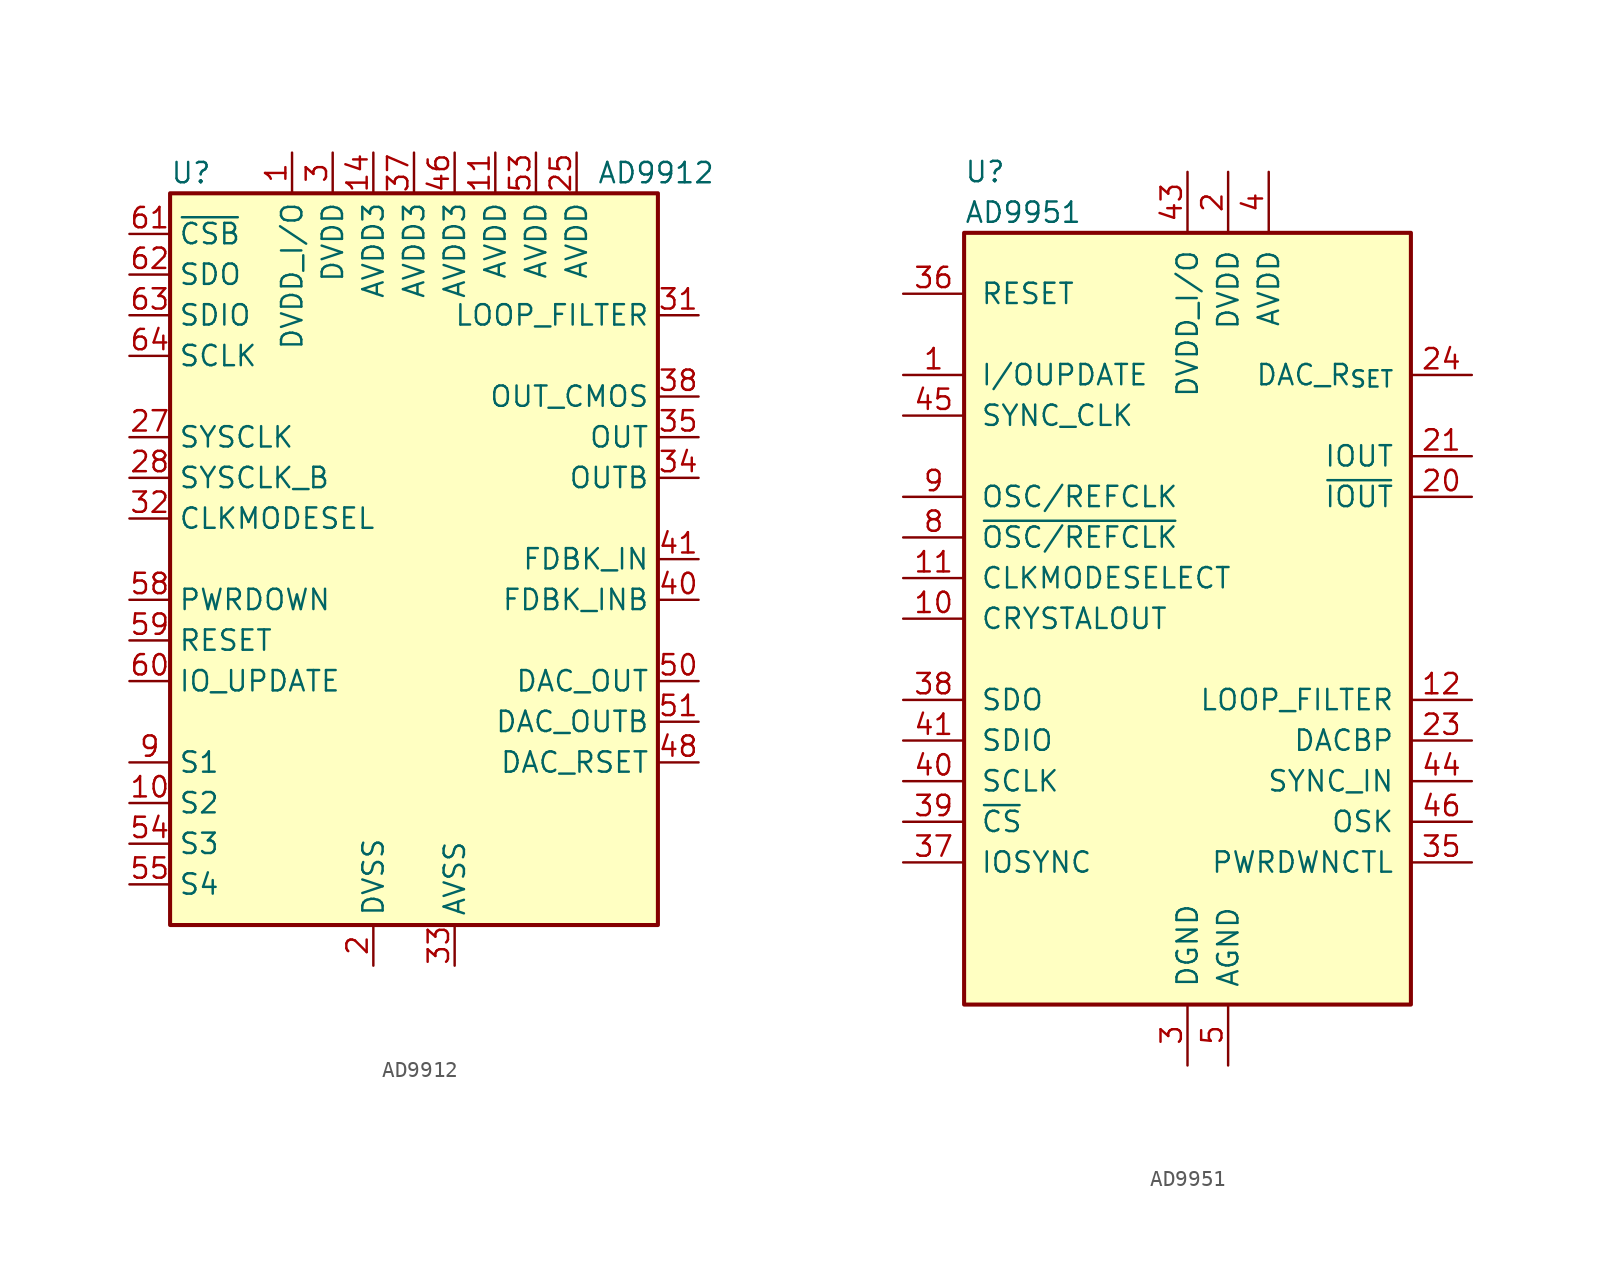
<source format=kicad_sym>
(kicad_symbol_lib
  (version 20241209)
  (generator "kicad_symbol_editor")
  (generator_version "9.0")
  (symbol "AD9912"
    (property "Reference" "U"
      (at -15.24 24.13 0)
      (effects (font (size 1.27 1.27)) (justify left)))
    (property "Value" "AD9912"
      (at 11.43 24.13 0)
      (effects (font (size 1.27 1.27)) (justify left)))
    (symbol "AD9912_0_1"
      (rectangle (start -15.24 22.86) (end 15.24 -22.86) (stroke (width 0.254) (type default)) (fill (type background))))
    (symbol "AD9912_1_1"
      (pin input line (at -17.78 20.32 0) (length 2.54) (name "~{CSB}" (effects (font (size 1.27 1.27)))) (number "61" (effects (font (size 1.27 1.27)))))
      (pin output line (at -17.78 17.78 0) (length 2.54) (name "SDO" (effects (font (size 1.27 1.27)))) (number "62" (effects (font (size 1.27 1.27)))))
      (pin bidirectional line (at -17.78 15.24 0) (length 2.54) (name "SDIO" (effects (font (size 1.27 1.27)))) (number "63" (effects (font (size 1.27 1.27)))))
      (pin input line (at -17.78 12.7 0) (length 2.54) (name "SCLK" (effects (font (size 1.27 1.27)))) (number "64" (effects (font (size 1.27 1.27)))))
      (pin input line (at -17.78 7.62 0) (length 2.54) (name "SYSCLK" (effects (font (size 1.27 1.27)))) (number "27" (effects (font (size 1.27 1.27)))))
      (pin input line (at -17.78 5.08 0) (length 2.54) (name "SYSCLK_B" (effects (font (size 1.27 1.27)))) (number "28" (effects (font (size 1.27 1.27)))))
      (pin input line (at -17.78 2.54 0) (length 2.54) (name "CLKMODESEL" (effects (font (size 1.27 1.27)))) (number "32" (effects (font (size 1.27 1.27)))))
      (pin input line (at -17.78 -2.54 0) (length 2.54) (name "PWRDOWN" (effects (font (size 1.27 1.27)))) (number "58" (effects (font (size 1.27 1.27)))))
      (pin input line (at -17.78 -5.08 0) (length 2.54) (name "RESET" (effects (font (size 1.27 1.27)))) (number "59" (effects (font (size 1.27 1.27)))))
      (pin input line (at -17.78 -7.62 0) (length 2.54) (name "IO_UPDATE" (effects (font (size 1.27 1.27)))) (number "60" (effects (font (size 1.27 1.27)))))
      (pin tri_state line (at -17.78 -12.7 0) (length 2.54) (name "S1" (effects (font (size 1.27 1.27)))) (number "9" (effects (font (size 1.27 1.27)))))
      (pin tri_state line (at -17.78 -15.24 0) (length 2.54) (name "S2" (effects (font (size 1.27 1.27)))) (number "10" (effects (font (size 1.27 1.27)))))
      (pin tri_state line (at -17.78 -17.78 0) (length 2.54) (name "S3" (effects (font (size 1.27 1.27)))) (number "54" (effects (font (size 1.27 1.27)))))
      (pin tri_state line (at -17.78 -20.32 0) (length 2.54) (name "S4" (effects (font (size 1.27 1.27)))) (number "55" (effects (font (size 1.27 1.27)))))
      (pin no_connect line (at -12.7 -22.86 90) (length 2.54) (hide yes) (name "NC" (effects (font (size 1.27 1.27)))) (number "18" (effects (font (size 1.27 1.27)))))
      (pin no_connect line (at -10.16 -22.86 90) (length 2.54) (hide yes) (name "NC" (effects (font (size 1.27 1.27)))) (number "22" (effects (font (size 1.27 1.27)))))
      (pin power_in line (at -7.62 25.4 270) (length 2.54) (name "DVDD_I/O" (effects (font (size 1.27 1.27)))) (number "1" (effects (font (size 1.27 1.27)))))
      (pin no_connect line (at -7.62 -22.86 90) (length 2.54) (hide yes) (name "NC" (effects (font (size 1.27 1.27)))) (number "21" (effects (font (size 1.27 1.27)))))
      (pin power_in line (at -5.08 25.4 270) (length 2.54) (name "DVDD" (effects (font (size 1.27 1.27)))) (number "3" (effects (font (size 1.27 1.27)))))
      (pin passive line (at -5.08 25.4 270) (length 2.54) (hide yes) (name "DVDD" (effects (font (size 1.27 1.27)))) (number "5" (effects (font (size 1.27 1.27)))))
      (pin passive line (at -5.08 25.4 270) (length 2.54) (hide yes) (name "DVDD" (effects (font (size 1.27 1.27)))) (number "7" (effects (font (size 1.27 1.27)))))
      (pin no_connect line (at -5.08 -22.86 90) (length 2.54) (hide yes) (name "NC" (effects (font (size 1.27 1.27)))) (number "20" (effects (font (size 1.27 1.27)))))
      (pin power_in line (at -2.54 25.4 270) (length 2.54) (name "AVDD3" (effects (font (size 1.27 1.27)))) (number "14" (effects (font (size 1.27 1.27)))))
      (pin power_in line (at -2.54 -25.4 90) (length 2.54) (name "DVSS" (effects (font (size 1.27 1.27)))) (number "2" (effects (font (size 1.27 1.27)))))
      (pin passive line (at -2.54 -25.4 90) (length 2.54) (hide yes) (name "DVSS" (effects (font (size 1.27 1.27)))) (number "4" (effects (font (size 1.27 1.27)))))
      (pin passive line (at -2.54 -25.4 90) (length 2.54) (hide yes) (name "DVSS" (effects (font (size 1.27 1.27)))) (number "56" (effects (font (size 1.27 1.27)))))
      (pin passive line (at -2.54 -25.4 90) (length 2.54) (hide yes) (name "DVSS" (effects (font (size 1.27 1.27)))) (number "57" (effects (font (size 1.27 1.27)))))
      (pin passive line (at -2.54 -25.4 90) (length 2.54) (hide yes) (name "DVSS" (effects (font (size 1.27 1.27)))) (number "6" (effects (font (size 1.27 1.27)))))
      (pin passive line (at -2.54 -25.4 90) (length 2.54) (hide yes) (name "DVSS" (effects (font (size 1.27 1.27)))) (number "8" (effects (font (size 1.27 1.27)))))
      (pin power_in line (at 0 25.4 270) (length 2.54) (name "AVDD3" (effects (font (size 1.27 1.27)))) (number "37" (effects (font (size 1.27 1.27)))))
      (pin no_connect line (at 0 -22.86 90) (length 2.54) (hide yes) (name "NC" (effects (font (size 1.27 1.27)))) (number "17" (effects (font (size 1.27 1.27)))))
      (pin power_in line (at 2.54 25.4 270) (length 2.54) (name "AVDD3" (effects (font (size 1.27 1.27)))) (number "46" (effects (font (size 1.27 1.27)))))
      (pin passive line (at 2.54 25.4 270) (length 2.54) (hide yes) (name "AVDD3" (effects (font (size 1.27 1.27)))) (number "47" (effects (font (size 1.27 1.27)))))
      (pin passive line (at 2.54 25.4 270) (length 2.54) (hide yes) (name "AVDD3" (effects (font (size 1.27 1.27)))) (number "49" (effects (font (size 1.27 1.27)))))
      (pin power_in line (at 2.54 -25.4 90) (length 2.54) (name "AVSS" (effects (font (size 1.27 1.27)))) (number "33" (effects (font (size 1.27 1.27)))))
      (pin passive line (at 2.54 -25.4 90) (length 2.54) (hide yes) (name "AVSS" (effects (font (size 1.27 1.27)))) (number "39" (effects (font (size 1.27 1.27)))))
      (pin passive line (at 2.54 -25.4 90) (length 2.54) (hide yes) (name "AVSS" (effects (font (size 1.27 1.27)))) (number "43" (effects (font (size 1.27 1.27)))))
      (pin passive line (at 2.54 -25.4 90) (length 2.54) (hide yes) (name "AVSS" (effects (font (size 1.27 1.27)))) (number "52" (effects (font (size 1.27 1.27)))))
      (pin passive line (at 2.54 -25.4 90) (length 2.54) (hide yes) (name "AVSS" (effects (font (size 1.27 1.27)))) (number "65" (effects (font (size 1.27 1.27)))))
      (pin power_in line (at 5.08 25.4 270) (length 2.54) (name "AVDD" (effects (font (size 1.27 1.27)))) (number "11" (effects (font (size 1.27 1.27)))))
      (pin passive line (at 5.08 25.4 270) (length 2.54) (hide yes) (name "AVDD" (effects (font (size 1.27 1.27)))) (number "19" (effects (font (size 1.27 1.27)))))
      (pin passive line (at 5.08 25.4 270) (length 2.54) (hide yes) (name "AVDD" (effects (font (size 1.27 1.27)))) (number "23" (effects (font (size 1.27 1.27)))))
      (pin passive line (at 5.08 25.4 270) (length 2.54) (hide yes) (name "AVDD" (effects (font (size 1.27 1.27)))) (number "24" (effects (font (size 1.27 1.27)))))
      (pin passive line (at 5.08 25.4 270) (length 2.54) (hide yes) (name "AVDD" (effects (font (size 1.27 1.27)))) (number "36" (effects (font (size 1.27 1.27)))))
      (pin passive line (at 5.08 25.4 270) (length 2.54) (hide yes) (name "AVDD" (effects (font (size 1.27 1.27)))) (number "42" (effects (font (size 1.27 1.27)))))
      (pin passive line (at 5.08 25.4 270) (length 2.54) (hide yes) (name "AVDD" (effects (font (size 1.27 1.27)))) (number "44" (effects (font (size 1.27 1.27)))))
      (pin passive line (at 5.08 25.4 270) (length 2.54) (hide yes) (name "AVDD" (effects (font (size 1.27 1.27)))) (number "45" (effects (font (size 1.27 1.27)))))
      (pin no_connect line (at 5.08 -22.86 90) (length 2.54) (hide yes) (name "NC" (effects (font (size 1.27 1.27)))) (number "16" (effects (font (size 1.27 1.27)))))
      (pin power_in line (at 7.62 25.4 270) (length 2.54) (name "AVDD" (effects (font (size 1.27 1.27)))) (number "53" (effects (font (size 1.27 1.27)))))
      (pin no_connect line (at 7.62 -22.86 90) (length 2.54) (hide yes) (name "NC" (effects (font (size 1.27 1.27)))) (number "12" (effects (font (size 1.27 1.27)))))
      (pin power_in line (at 10.16 25.4 270) (length 2.54) (name "AVDD" (effects (font (size 1.27 1.27)))) (number "25" (effects (font (size 1.27 1.27)))))
      (pin passive line (at 10.16 25.4 270) (length 2.54) (hide yes) (name "AVDD" (effects (font (size 1.27 1.27)))) (number "26" (effects (font (size 1.27 1.27)))))
      (pin passive line (at 10.16 25.4 270) (length 2.54) (hide yes) (name "AVDD" (effects (font (size 1.27 1.27)))) (number "29" (effects (font (size 1.27 1.27)))))
      (pin passive line (at 10.16 25.4 270) (length 2.54) (hide yes) (name "AVDD" (effects (font (size 1.27 1.27)))) (number "30" (effects (font (size 1.27 1.27)))))
      (pin no_connect line (at 10.16 -22.86 90) (length 2.54) (hide yes) (name "NC" (effects (font (size 1.27 1.27)))) (number "13" (effects (font (size 1.27 1.27)))))
      (pin no_connect line (at 12.7 -22.86 90) (length 2.54) (hide yes) (name "NC" (effects (font (size 1.27 1.27)))) (number "15" (effects (font (size 1.27 1.27)))))
      (pin passive line (at 17.78 15.24 180) (length 2.54) (name "LOOP_FILTER" (effects (font (size 1.27 1.27)))) (number "31" (effects (font (size 1.27 1.27)))))
      (pin output line (at 17.78 10.16 180) (length 2.54) (name "OUT_CMOS" (effects (font (size 1.27 1.27)))) (number "38" (effects (font (size 1.27 1.27)))))
      (pin output line (at 17.78 7.62 180) (length 2.54) (name "OUT" (effects (font (size 1.27 1.27)))) (number "35" (effects (font (size 1.27 1.27)))))
      (pin output line (at 17.78 5.08 180) (length 2.54) (name "OUTB" (effects (font (size 1.27 1.27)))) (number "34" (effects (font (size 1.27 1.27)))))
      (pin input line (at 17.78 0 180) (length 2.54) (name "FDBK_IN" (effects (font (size 1.27 1.27)))) (number "41" (effects (font (size 1.27 1.27)))))
      (pin input line (at 17.78 -2.54 180) (length 2.54) (name "FDBK_INB" (effects (font (size 1.27 1.27)))) (number "40" (effects (font (size 1.27 1.27)))))
      (pin output line (at 17.78 -7.62 180) (length 2.54) (name "DAC_OUT" (effects (font (size 1.27 1.27)))) (number "50" (effects (font (size 1.27 1.27)))))
      (pin output line (at 17.78 -10.16 180) (length 2.54) (name "DAC_OUTB" (effects (font (size 1.27 1.27)))) (number "51" (effects (font (size 1.27 1.27)))))
      (pin passive line (at 17.78 -12.7 180) (length 2.54) (name "DAC_RSET" (effects (font (size 1.27 1.27)))) (number "48" (effects (font (size 1.27 1.27)))))))
  (symbol "AD9951"
    (pin_names
      (offset 1.016))
    (property "Reference" "U"
      (at -13.97 27.94 0)
      (effects (font (size 1.27 1.27)) (justify left)))
    (property "Value" "AD9951"
      (at -13.97 25.4 0)
      (effects (font (size 1.27 1.27)) (justify left)))
    (symbol "AD9951_0_1"
      (rectangle (start -13.97 24.13) (end 13.97 -24.13) (stroke (width 0.254) (type default)) (fill (type background))))
    (symbol "AD9951_1_1"
      (pin input line (at -17.78 20.32 0) (length 3.81) (name "RESET" (effects (font (size 1.27 1.27)))) (number "36" (effects (font (size 1.27 1.27)))))
      (pin bidirectional line (at -17.78 15.24 0) (length 3.81) (name "I/OUPDATE" (effects (font (size 1.27 1.27)))) (number "1" (effects (font (size 1.27 1.27)))))
      (pin output line (at -17.78 12.7 0) (length 3.81) (name "SYNC_CLK" (effects (font (size 1.27 1.27)))) (number "45" (effects (font (size 1.27 1.27)))))
      (pin input line (at -17.78 7.62 0) (length 3.81) (name "OSC/REFCLK" (effects (font (size 1.27 1.27)))) (number "9" (effects (font (size 1.27 1.27)))))
      (pin input line (at -17.78 5.08 0) (length 3.81) (name "~{OSC/REFCLK}" (effects (font (size 1.27 1.27)))) (number "8" (effects (font (size 1.27 1.27)))))
      (pin input line (at -17.78 2.54 0) (length 3.81) (name "CLKMODESELECT" (effects (font (size 1.27 1.27)))) (number "11" (effects (font (size 1.27 1.27)))))
      (pin output line (at -17.78 0 0) (length 3.81) (name "CRYSTALOUT" (effects (font (size 1.27 1.27)))) (number "10" (effects (font (size 1.27 1.27)))))
      (pin output line (at -17.78 -5.08 0) (length 3.81) (name "SDO" (effects (font (size 1.27 1.27)))) (number "38" (effects (font (size 1.27 1.27)))))
      (pin bidirectional line (at -17.78 -7.62 0) (length 3.81) (name "SDIO" (effects (font (size 1.27 1.27)))) (number "41" (effects (font (size 1.27 1.27)))))
      (pin input line (at -17.78 -10.16 0) (length 3.81) (name "SCLK" (effects (font (size 1.27 1.27)))) (number "40" (effects (font (size 1.27 1.27)))))
      (pin input line (at -17.78 -12.7 0) (length 3.81) (name "~{CS}" (effects (font (size 1.27 1.27)))) (number "39" (effects (font (size 1.27 1.27)))))
      (pin output line (at -17.78 -15.24 0) (length 3.81) (name "IOSYNC" (effects (font (size 1.27 1.27)))) (number "37" (effects (font (size 1.27 1.27)))))
      (pin power_in line (at 0 27.94 270) (length 3.81) (name "DVDD_I/O" (effects (font (size 1.27 1.27)))) (number "43" (effects (font (size 1.27 1.27)))))
      (pin power_in line (at 0 -27.94 90) (length 3.81) (name "DGND" (effects (font (size 1.27 1.27)))) (number "3" (effects (font (size 1.27 1.27)))))
      (pin passive line (at 0 -27.94 90) (length 3.81) (hide yes) (name "DGND" (effects (font (size 1.27 1.27)))) (number "33" (effects (font (size 1.27 1.27)))))
      (pin passive line (at 0 -27.94 90) (length 3.81) (hide yes) (name "DGND" (effects (font (size 1.27 1.27)))) (number "42" (effects (font (size 1.27 1.27)))))
      (pin passive line (at 0 -27.94 90) (length 3.81) (hide yes) (name "DGND" (effects (font (size 1.27 1.27)))) (number "47" (effects (font (size 1.27 1.27)))))
      (pin passive line (at 0 -27.94 90) (length 3.81) (hide yes) (name "DGND" (effects (font (size 1.27 1.27)))) (number "48" (effects (font (size 1.27 1.27)))))
      (pin power_in line (at 2.54 27.94 270) (length 3.81) (name "DVDD" (effects (font (size 1.27 1.27)))) (number "2" (effects (font (size 1.27 1.27)))))
      (pin passive line (at 2.54 27.94 270) (length 3.81) (hide yes) (name "DVDD" (effects (font (size 1.27 1.27)))) (number "34" (effects (font (size 1.27 1.27)))))
      (pin passive line (at 2.54 -27.94 90) (length 3.81) (hide yes) (name "AGND" (effects (font (size 1.27 1.27)))) (number "14" (effects (font (size 1.27 1.27)))))
      (pin passive line (at 2.54 -27.94 90) (length 3.81) (hide yes) (name "AGND" (effects (font (size 1.27 1.27)))) (number "15" (effects (font (size 1.27 1.27)))))
      (pin passive line (at 2.54 -27.94 90) (length 3.81) (hide yes) (name "AGND" (effects (font (size 1.27 1.27)))) (number "17" (effects (font (size 1.27 1.27)))))
      (pin passive line (at 2.54 -27.94 90) (length 3.81) (hide yes) (name "AGND" (effects (font (size 1.27 1.27)))) (number "22" (effects (font (size 1.27 1.27)))))
      (pin passive line (at 2.54 -27.94 90) (length 3.81) (hide yes) (name "AGND" (effects (font (size 1.27 1.27)))) (number "26" (effects (font (size 1.27 1.27)))))
      (pin passive line (at 2.54 -27.94 90) (length 3.81) (hide yes) (name "AGND" (effects (font (size 1.27 1.27)))) (number "28" (effects (font (size 1.27 1.27)))))
      (pin passive line (at 2.54 -27.94 90) (length 3.81) (hide yes) (name "AGND" (effects (font (size 1.27 1.27)))) (number "30" (effects (font (size 1.27 1.27)))))
      (pin passive line (at 2.54 -27.94 90) (length 3.81) (hide yes) (name "AGND" (effects (font (size 1.27 1.27)))) (number "31" (effects (font (size 1.27 1.27)))))
      (pin passive line (at 2.54 -27.94 90) (length 3.81) (hide yes) (name "AGND" (effects (font (size 1.27 1.27)))) (number "32" (effects (font (size 1.27 1.27)))))
      (pin passive line (at 2.54 -27.94 90) (length 3.81) (hide yes) (name "AGND" (effects (font (size 1.27 1.27)))) (number "49" (effects (font (size 1.27 1.27)))))
      (pin power_in line (at 2.54 -27.94 90) (length 3.81) (name "AGND" (effects (font (size 1.27 1.27)))) (number "5" (effects (font (size 1.27 1.27)))))
      (pin passive line (at 2.54 -27.94 90) (length 3.81) (hide yes) (name "AGND" (effects (font (size 1.27 1.27)))) (number "7" (effects (font (size 1.27 1.27)))))
      (pin passive line (at 5.08 27.94 270) (length 3.81) (hide yes) (name "AVDD" (effects (font (size 1.27 1.27)))) (number "13" (effects (font (size 1.27 1.27)))))
      (pin passive line (at 5.08 27.94 270) (length 3.81) (hide yes) (name "AVDD" (effects (font (size 1.27 1.27)))) (number "16" (effects (font (size 1.27 1.27)))))
      (pin passive line (at 5.08 27.94 270) (length 3.81) (hide yes) (name "AVDD" (effects (font (size 1.27 1.27)))) (number "18" (effects (font (size 1.27 1.27)))))
      (pin passive line (at 5.08 27.94 270) (length 3.81) (hide yes) (name "AVDD" (effects (font (size 1.27 1.27)))) (number "19" (effects (font (size 1.27 1.27)))))
      (pin passive line (at 5.08 27.94 270) (length 3.81) (hide yes) (name "AVDD" (effects (font (size 1.27 1.27)))) (number "25" (effects (font (size 1.27 1.27)))))
      (pin passive line (at 5.08 27.94 270) (length 3.81) (hide yes) (name "AVDD" (effects (font (size 1.27 1.27)))) (number "27" (effects (font (size 1.27 1.27)))))
      (pin passive line (at 5.08 27.94 270) (length 3.81) (hide yes) (name "AVDD" (effects (font (size 1.27 1.27)))) (number "29" (effects (font (size 1.27 1.27)))))
      (pin power_in line (at 5.08 27.94 270) (length 3.81) (name "AVDD" (effects (font (size 1.27 1.27)))) (number "4" (effects (font (size 1.27 1.27)))))
      (pin passive line (at 5.08 27.94 270) (length 3.81) (hide yes) (name "AVDD" (effects (font (size 1.27 1.27)))) (number "6" (effects (font (size 1.27 1.27)))))
      (pin input line (at 17.78 15.24 180) (length 3.81) (name "DAC_R_{SET}" (effects (font (size 1.27 1.27)))) (number "24" (effects (font (size 1.27 1.27)))))
      (pin output line (at 17.78 10.16 180) (length 3.81) (name "IOUT" (effects (font (size 1.27 1.27)))) (number "21" (effects (font (size 1.27 1.27)))))
      (pin output line (at 17.78 7.62 180) (length 3.81) (name "~{IOUT}" (effects (font (size 1.27 1.27)))) (number "20" (effects (font (size 1.27 1.27)))))
      (pin input line (at 17.78 -5.08 180) (length 3.81) (name "LOOP_FILTER" (effects (font (size 1.27 1.27)))) (number "12" (effects (font (size 1.27 1.27)))))
      (pin input line (at 17.78 -7.62 180) (length 3.81) (name "DACBP" (effects (font (size 1.27 1.27)))) (number "23" (effects (font (size 1.27 1.27)))))
      (pin power_in line (at 17.78 -10.16 180) (length 3.81) (name "SYNC_IN" (effects (font (size 1.27 1.27)))) (number "44" (effects (font (size 1.27 1.27)))))
      (pin output line (at 17.78 -12.7 180) (length 3.81) (name "OSK" (effects (font (size 1.27 1.27)))) (number "46" (effects (font (size 1.27 1.27)))))
      (pin input line (at 17.78 -15.24 180) (length 3.81) (name "PWRDWNCTL" (effects (font (size 1.27 1.27)))) (number "35" (effects (font (size 1.27 1.27))))))))
</source>
